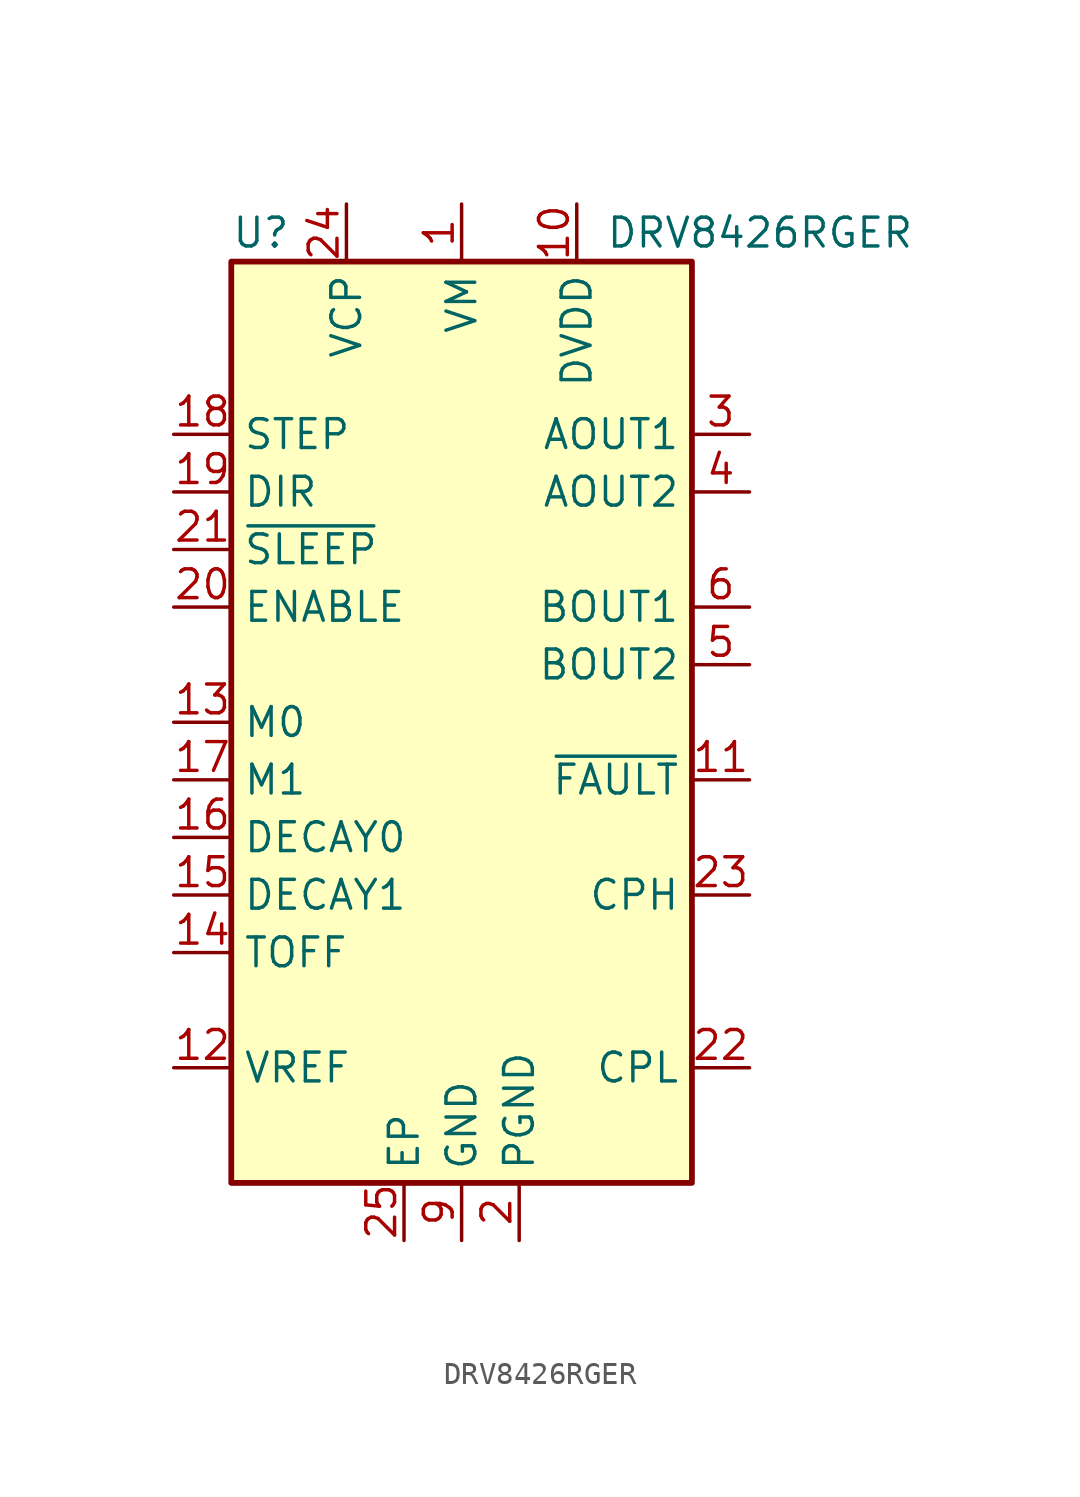
<source format=kicad_sym>
(kicad_symbol_lib
  (version 20231120)
  (generator "kicad_symbol_editor")
  (generator_version "8.0")
  (symbol "DRV8426RGER"
    (property "Reference" "U"
      (at -10.16 21.59 0)
      (effects (font (size 1.27 1.27)) (justify left)))
    (property "Value" "DRV8426RGER"
      (at 6.35 21.59 0)
      (effects (font (size 1.27 1.27)) (justify left)))
    (symbol "DRV8426RGER_0_1"
      (rectangle (start -10.16 20.32) (end 10.16 -20.32) (stroke (width 0.254) (type default)) (fill (type background))))
    (symbol "DRV8426RGER_1_1"
      (pin power_in line (at 0 22.86 270) (length 2.54) (name "VM" (effects (font (size 1.27 1.27)))) (number "1" (effects (font (size 1.27 1.27)))))
      (pin power_out line (at 5.08 22.86 270) (length 2.54) (name "DVDD" (effects (font (size 1.27 1.27)))) (number "10" (effects (font (size 1.27 1.27)))))
      (pin open_collector line (at 12.7 -2.54 180) (length 2.54) (name "~{FAULT}" (effects (font (size 1.27 1.27)))) (number "11" (effects (font (size 1.27 1.27)))))
      (pin input line (at -12.7 -15.24 0) (length 2.54) (name "VREF" (effects (font (size 1.27 1.27)))) (number "12" (effects (font (size 1.27 1.27)))))
      (pin input line (at -12.7 0 0) (length 2.54) (name "M0" (effects (font (size 1.27 1.27)))) (number "13" (effects (font (size 1.27 1.27)))))
      (pin input line (at -12.7 -10.16 0) (length 2.54) (name "TOFF" (effects (font (size 1.27 1.27)))) (number "14" (effects (font (size 1.27 1.27)))))
      (pin input line (at -12.7 -7.62 0) (length 2.54) (name "DECAY1" (effects (font (size 1.27 1.27)))) (number "15" (effects (font (size 1.27 1.27)))))
      (pin input line (at -12.7 -5.08 0) (length 2.54) (name "DECAY0" (effects (font (size 1.27 1.27)))) (number "16" (effects (font (size 1.27 1.27)))))
      (pin input line (at -12.7 -2.54 0) (length 2.54) (name "M1" (effects (font (size 1.27 1.27)))) (number "17" (effects (font (size 1.27 1.27)))))
      (pin input line (at -12.7 12.7 0) (length 2.54) (name "STEP" (effects (font (size 1.27 1.27)))) (number "18" (effects (font (size 1.27 1.27)))))
      (pin input line (at -12.7 10.16 0) (length 2.54) (name "DIR" (effects (font (size 1.27 1.27)))) (number "19" (effects (font (size 1.27 1.27)))))
      (pin power_in line (at 2.54 -22.86 90) (length 2.54) (name "PGND" (effects (font (size 1.27 1.27)))) (number "2" (effects (font (size 1.27 1.27)))))
      (pin input line (at -12.7 5.08 0) (length 2.54) (name "ENABLE" (effects (font (size 1.27 1.27)))) (number "20" (effects (font (size 1.27 1.27)))))
      (pin input line (at -12.7 7.62 0) (length 2.54) (name "~{SLEEP}" (effects (font (size 1.27 1.27)))) (number "21" (effects (font (size 1.27 1.27)))))
      (pin passive line (at 12.7 -15.24 180) (length 2.54) (name "CPL" (effects (font (size 1.27 1.27)))) (number "22" (effects (font (size 1.27 1.27)))))
      (pin passive line (at 12.7 -7.62 180) (length 2.54) (name "CPH" (effects (font (size 1.27 1.27)))) (number "23" (effects (font (size 1.27 1.27)))))
      (pin power_out line (at -5.08 22.86 270) (length 2.54) (name "VCP" (effects (font (size 1.27 1.27)))) (number "24" (effects (font (size 1.27 1.27)))))
      (pin passive line (at -2.54 -22.86 90) (length 2.54) (name "EP" (effects (font (size 1.27 1.27)))) (number "25" (effects (font (size 1.27 1.27)))))
      (pin output line (at 12.7 12.7 180) (length 2.54) (name "AOUT1" (effects (font (size 1.27 1.27)))) (number "3" (effects (font (size 1.27 1.27)))))
      (pin output line (at 12.7 10.16 180) (length 2.54) (name "AOUT2" (effects (font (size 1.27 1.27)))) (number "4" (effects (font (size 1.27 1.27)))))
      (pin output line (at 12.7 2.54 180) (length 2.54) (name "BOUT2" (effects (font (size 1.27 1.27)))) (number "5" (effects (font (size 1.27 1.27)))))
      (pin output line (at 12.7 5.08 180) (length 2.54) (name "BOUT1" (effects (font (size 1.27 1.27)))) (number "6" (effects (font (size 1.27 1.27)))))
      (pin passive line (at 2.54 -22.86 90) (length 2.54) hide (name "PGND" (effects (font (size 1.27 1.27)))) (number "7" (effects (font (size 1.27 1.27)))))
      (pin passive line (at 0 22.86 270) (length 2.54) hide (name "VM" (effects (font (size 1.27 1.27)))) (number "8" (effects (font (size 1.27 1.27)))))
      (pin power_in line (at 0 -22.86 90) (length 2.54) (name "GND" (effects (font (size 1.27 1.27)))) (number "9" (effects (font (size 1.27 1.27))))))))
</source>
